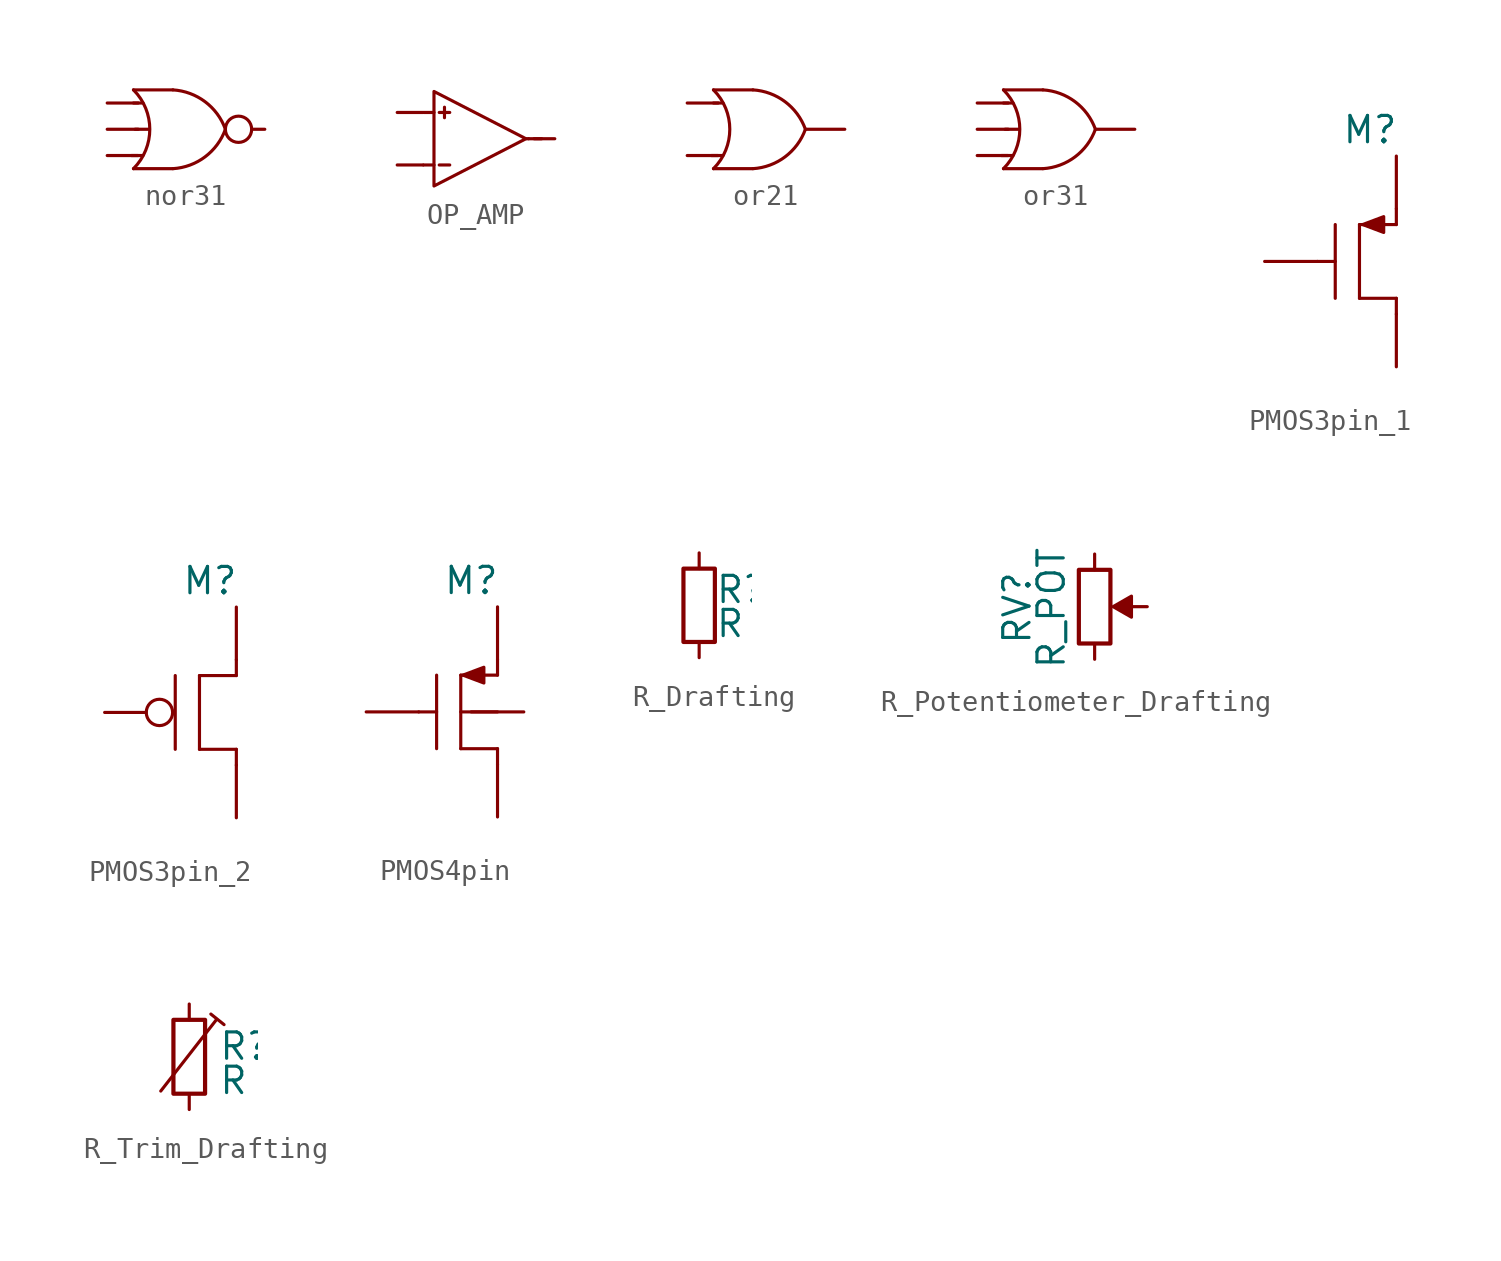
<source format=kicad_sym>
(kicad_symbol_lib
  (version 20220914)
  (generator kicad_symbol_editor)
  (symbol "nor31"
    (pin_numbers hide)
    (pin_names
      (offset 0) hide)
    (property "Reference" "U"
      (at 0 3.81 0)
      (effects (font (size 1.27 1.27)) hide))
    (symbol "nor31_0_1"
      (arc (start -2.54 -1.905) (mid -1.7509 0) (end -2.54 1.905) (stroke (width 0) (type default)) (fill (type none)))
      (arc (start -0.635 -1.905) (mid 0.9209 -1.3337) (end 1.905 0) (stroke (width 0) (type default)) (fill (type none)))
      (polyline (pts (xy -2.54 -1.905) (xy -0.635 -1.905)) (stroke (width 0) (type default)) (fill (type none)))
      (polyline (pts (xy -2.54 1.905) (xy -0.635 1.905)) (stroke (width 0) (type default)) (fill (type none)))
      (polyline (pts (xy -2.083 -1.27) (xy -2.642 -1.27)) (stroke (width 0) (type default)) (fill (type none)))
      (polyline (pts (xy -2.083 1.27) (xy -2.54 1.27)) (stroke (width 0) (type default)) (fill (type none)))
      (polyline (pts (xy -1.778 0) (xy -2.464 0)) (stroke (width 0) (type default)) (fill (type none)))
      (arc (start 1.905 0) (mid 0.9207 1.3335) (end -0.635 1.905) (stroke (width 0) (type default)) (fill (type none)))
      (circle (center 2.54 0) (radius 0.635) (stroke (width 0) (type default)) (fill (type none))))
    (symbol "nor31_1_1"
      (pin passive line (at -3.81 1.27 0) (length 1.5) (name "A" (effects (font (size 1.27 1.27)))) (number "1" (effects (font (size 1.27 1.27)))))
      (pin passive line (at -3.81 -1.27 0) (length 1.5) (name "B" (effects (font (size 1.27 1.27)))) (number "1" (effects (font (size 1.27 1.27)))))
      (pin passive line (at -3.81 0 0) (length 1.5) (name "B" (effects (font (size 1.27 1.27)))) (number "1" (effects (font (size 1.27 1.27)))))
      (pin passive line (at 3.81 0 180) (length 0.63) (name "Y" (effects (font (size 1.27 1.27)))) (number "1" (effects (font (size 1.27 1.27)))))))
  (symbol "OP_AMP"
    (pin_numbers hide)
    (pin_names
      (offset 0) hide)
    (property "Reference" "U"
      (at 0 3.81 0)
      (effects (font (size 1.27 1.27)) hide))
    (symbol "OP_AMP_0_1"
      (polyline (pts (xy -2.54 1.27) (xy -2.032 1.27)) (stroke (width 0) (type default)) (fill (type none)))
      (polyline (pts (xy -2.032 -1.27) (xy -2.54 -1.27)) (stroke (width 0) (type default)) (fill (type none)))
      (polyline (pts (xy -1.778 -1.27) (xy -1.27 -1.27)) (stroke (width 0) (type default)) (fill (type none)))
      (polyline (pts (xy -1.778 1.27) (xy -1.27 1.27)) (stroke (width 0) (type default)) (fill (type none)))
      (polyline (pts (xy -1.524 1.524) (xy -1.524 1.016)) (stroke (width 0) (type default)) (fill (type none)))
      (polyline (pts (xy 2.413 0) (xy 3.175 0)) (stroke (width 0) (type default)) (fill (type none)))
      (polyline (pts (xy 2.54 0) (xy 2.54 0)) (stroke (width 0) (type default)) (fill (type none)))
      (polyline (pts (xy 2.413 0) (xy -2.032 2.286) (xy -2.032 -2.286) (xy 2.413 0)) (stroke (width 0) (type default)) (fill (type none))))
    (symbol "OP_AMP_1_1"
      (pin passive line (at -3.81 -1.27 0) (length 1.25) (name "in_n" (effects (font (size 1.27 1.27)))) (number "1" (effects (font (size 1.27 1.27)))))
      (pin passive line (at -3.81 1.27 0) (length 1.25) (name "in_p" (effects (font (size 1.27 1.27)))) (number "1" (effects (font (size 1.27 1.27)))))
      (pin passive line (at 3.81 0 180) (length 1) (name "out" (effects (font (size 1.27 1.27)))) (number "1" (effects (font (size 1.27 1.27)))))))
  (symbol "or21"
    (pin_numbers hide)
    (pin_names
      (offset 0) hide)
    (property "Reference" "U"
      (at 0 3.81 0)
      (effects (font (size 1.27 1.27)) hide))
    (symbol "or21_0_1"
      (arc (start -2.54 -1.905) (mid -1.7509 0) (end -2.54 1.905) (stroke (width 0) (type default)) (fill (type none)))
      (arc (start -0.635 -1.905) (mid 0.9209 -1.3337) (end 1.905 0) (stroke (width 0) (type default)) (fill (type none)))
      (polyline (pts (xy -2.54 -1.905) (xy -0.635 -1.905)) (stroke (width 0) (type default)) (fill (type none)))
      (polyline (pts (xy -2.54 1.905) (xy -0.635 1.905)) (stroke (width 0) (type default)) (fill (type none)))
      (polyline (pts (xy -2.083 -1.27) (xy -2.642 -1.27)) (stroke (width 0) (type default)) (fill (type none)))
      (polyline (pts (xy -2.083 1.27) (xy -2.54 1.27)) (stroke (width 0) (type default)) (fill (type none)))
      (arc (start 1.905 0) (mid 0.9207 1.3335) (end -0.635 1.905) (stroke (width 0) (type default)) (fill (type none))))
    (symbol "or21_1_1"
      (pin passive line (at -3.81 1.27 0) (length 1.5) (name "A" (effects (font (size 1.27 1.27)))) (number "1" (effects (font (size 1.27 1.27)))))
      (pin passive line (at -3.81 -1.27 0) (length 1.5) (name "B" (effects (font (size 1.27 1.27)))) (number "1" (effects (font (size 1.27 1.27)))))
      (pin passive line (at 3.81 0 180) (length 1.9) (name "Y" (effects (font (size 1.27 1.27)))) (number "1" (effects (font (size 1.27 1.27)))))))
  (symbol "or31"
    (pin_numbers hide)
    (pin_names
      (offset 0) hide)
    (property "Reference" "U"
      (at 0 3.81 0)
      (effects (font (size 1.27 1.27)) hide))
    (symbol "or31_0_1"
      (arc (start -2.54 -1.905) (mid -1.7509 0) (end -2.54 1.905) (stroke (width 0) (type default)) (fill (type none)))
      (arc (start -0.635 -1.905) (mid 0.9209 -1.3337) (end 1.905 0) (stroke (width 0) (type default)) (fill (type none)))
      (polyline (pts (xy -2.54 -1.905) (xy -0.635 -1.905)) (stroke (width 0) (type default)) (fill (type none)))
      (polyline (pts (xy -2.54 1.905) (xy -0.635 1.905)) (stroke (width 0) (type default)) (fill (type none)))
      (polyline (pts (xy -2.083 -1.27) (xy -2.642 -1.27)) (stroke (width 0) (type default)) (fill (type none)))
      (polyline (pts (xy -2.083 1.27) (xy -2.54 1.27)) (stroke (width 0) (type default)) (fill (type none)))
      (polyline (pts (xy -1.778 0) (xy -2.464 0)) (stroke (width 0) (type default)) (fill (type none)))
      (arc (start 1.905 0) (mid 0.9207 1.3335) (end -0.635 1.905) (stroke (width 0) (type default)) (fill (type none))))
    (symbol "or31_1_1"
      (pin passive line (at -3.81 1.27 0) (length 1.5) (name "A" (effects (font (size 1.27 1.27)))) (number "1" (effects (font (size 1.27 1.27)))))
      (pin passive line (at -3.81 0 0) (length 1.5) (name "B" (effects (font (size 1.27 1.27)))) (number "1" (effects (font (size 1.27 1.27)))))
      (pin passive line (at -3.81 -1.27 0) (length 1.5) (name "C" (effects (font (size 1.27 1.27)))) (number "1" (effects (font (size 1.27 1.27)))))
      (pin passive line (at 3.81 0 180) (length 1.9) (name "Y" (effects (font (size 1.27 1.27)))) (number "1" (effects (font (size 1.27 1.27)))))))
  (symbol "PMOS3pin_1"
    (pin_numbers hide)
    (pin_names
      (offset 0) hide)
    (property "Reference" "M"
      (at -1.27 6.35 0)
      (effects (font (size 1.27 1.27))))
    (property "W" ""
      (at 0 0 0)
      (effects (font (size 1.27 1.27))))
    (property "L" ""
      (at 0 0 0)
      (effects (font (size 1.27 1.27))))
    (symbol "PMOS3pin_1_0_1"
      (polyline (pts (xy -3.81 0) (xy -2.946 0)) (stroke (width 0) (type default)) (fill (type none)))
      (polyline (pts (xy -2.946 1.778) (xy -2.946 -1.778)) (stroke (width 0) (type default)) (fill (type none)))
      (polyline (pts (xy -1.778 1.778) (xy -1.778 -1.778)) (stroke (width 0) (type default)) (fill (type none)))
      (polyline (pts (xy 0 -1.778) (xy -1.778 -1.778)) (stroke (width 0) (type default)) (fill (type none)))
      (polyline (pts (xy 0 -1.778) (xy 0 -2.54)) (stroke (width 0) (type default)) (fill (type none)))
      (polyline (pts (xy 0 1.778) (xy -1.778 1.778)) (stroke (width 0) (type default)) (fill (type none)))
      (polyline (pts (xy 0 1.778) (xy 0 2.54)) (stroke (width 0) (type default)) (fill (type none)))
      (polyline (pts (xy -1.626 1.778) (xy -0.61 2.159) (xy -0.61 1.397) (xy -1.626 1.778)) (stroke (width 0) (type default)) (fill (type outline))))
    (symbol "PMOS3pin_1_1_1"
      (pin passive line (at 0 -5.08 90) (length 2.54) (name "D" (effects (font (size 1.27 1.27)))) (number "1" (effects (font (size 1.27 1.27)))))
      (pin passive line (at -6.35 0 0) (length 2.54) (name "G" (effects (font (size 1.27 1.27)))) (number "1" (effects (font (size 1.27 1.27)))))
      (pin passive line (at 0 5.08 270) (length 2.54) (name "S" (effects (font (size 1.27 1.27)))) (number "1" (effects (font (size 1.27 1.27)))))))
  (symbol "PMOS3pin_2"
    (pin_numbers hide)
    (pin_names
      (offset 0) hide)
    (property "Reference" "M"
      (at -1.27 6.35 0)
      (effects (font (size 1.27 1.27))))
    (property "W" ""
      (at 0 0 0)
      (effects (font (size 1.27 1.27))))
    (property "L" ""
      (at 0 0 0)
      (effects (font (size 1.27 1.27))))
    (symbol "PMOS3pin_2_0_1"
      (circle (center -3.708 0) (radius 0.635) (stroke (width 0) (type default)) (fill (type none)))
      (polyline (pts (xy -2.946 1.778) (xy -2.946 -1.778)) (stroke (width 0) (type default)) (fill (type none)))
      (polyline (pts (xy -1.778 1.778) (xy -1.778 -1.778)) (stroke (width 0) (type default)) (fill (type none)))
      (polyline (pts (xy 0 -1.778) (xy -1.778 -1.778)) (stroke (width 0) (type default)) (fill (type none)))
      (polyline (pts (xy 0 -1.778) (xy 0 -2.54)) (stroke (width 0) (type default)) (fill (type none)))
      (polyline (pts (xy 0 1.778) (xy -1.778 1.778)) (stroke (width 0) (type default)) (fill (type none)))
      (polyline (pts (xy 0 1.778) (xy 0 2.54)) (stroke (width 0) (type default)) (fill (type none))))
    (symbol "PMOS3pin_2_1_1"
      (pin passive line (at 0 -5.08 90) (length 2.54) (name "D" (effects (font (size 1.27 1.27)))) (number "1" (effects (font (size 1.27 1.27)))))
      (pin passive line (at -6.35 0 0) (length 2) (name "G" (effects (font (size 1.27 1.27)))) (number "1" (effects (font (size 1.27 1.27)))))
      (pin passive line (at 0 5.08 270) (length 2.54) (name "S" (effects (font (size 1.27 1.27)))) (number "1" (effects (font (size 1.27 1.27)))))))
  (symbol "PMOS4pin"
    (pin_numbers hide)
    (pin_names
      (offset 0) hide)
    (property "Reference" "M"
      (at -1.27 6.35 0)
      (effects (font (size 1.27 1.27))))
    (property "W" ""
      (at 0 0 0)
      (effects (font (size 1.27 1.27))))
    (property "L" ""
      (at 0 0 0)
      (effects (font (size 1.27 1.27))))
    (symbol "PMOS4pin_0_1"
      (polyline (pts (xy -3.81 0) (xy -2.946 0)) (stroke (width 0) (type default)) (fill (type none)))
      (polyline (pts (xy -2.946 1.778) (xy -2.946 -1.778)) (stroke (width 0) (type default)) (fill (type none)))
      (polyline (pts (xy -1.778 1.778) (xy -1.778 -1.778)) (stroke (width 0) (type default)) (fill (type none)))
      (polyline (pts (xy 0 -1.778) (xy -1.778 -1.778)) (stroke (width 0) (type default)) (fill (type none)))
      (polyline (pts (xy 0 -1.778) (xy 0 -2.54)) (stroke (width 0) (type default)) (fill (type none)))
      (polyline (pts (xy 0 0) (xy -1.778 0)) (stroke (width 0) (type default)) (fill (type none)))
      (polyline (pts (xy 0 1.778) (xy -1.778 1.778)) (stroke (width 0) (type default)) (fill (type none)))
      (polyline (pts (xy 0 1.778) (xy 0 2.54)) (stroke (width 0) (type default)) (fill (type none)))
      (polyline (pts (xy -1.676 1.778) (xy -0.66 2.159) (xy -0.66 1.397) (xy -1.676 1.778)) (stroke (width 0) (type default)) (fill (type outline))))
    (symbol "PMOS4pin_1_1"
      (pin passive line (at 1.27 0 180) (length 2.54) (name "B" (effects (font (size 1.27 1.27)))) (number "1" (effects (font (size 1.27 1.27)))))
      (pin passive line (at 0 -5.08 90) (length 2.54) (name "D" (effects (font (size 1.27 1.27)))) (number "1" (effects (font (size 1.27 1.27)))))
      (pin passive line (at -6.35 0 0) (length 2.54) (name "G" (effects (font (size 1.27 1.27)))) (number "1" (effects (font (size 1.27 1.27)))))
      (pin passive line (at 0 5.08 270) (length 2.54) (name "S" (effects (font (size 1.27 1.27)))) (number "1" (effects (font (size 1.27 1.27)))))))
  (symbol "R_Drafting"
    (pin_numbers hide)
    (pin_names
      (offset 0.254) hide)
    (property "Reference" "R"
      (at 0.762 0.762 0)
      (effects (font (size 1.27 1.27)) (justify left)))
    (property "Value" "R"
      (at 0.762 -0.889 0)
      (effects (font (size 1.27 1.27)) (justify left)))
    (symbol "R_Drafting_0_1"
      (rectangle (start -0.762 1.778) (end 0.762 -1.778) (stroke (width 0.203) (type default)) (fill (type none))))
    (symbol "R_Drafting_1_1"
      (pin passive line (at 0 2.54 270) (length 0.762) (name "~" (effects (font (size 1.27 1.27)))) (number "1" (effects (font (size 1.27 1.27)))))
      (pin passive line (at 0 -2.54 90) (length 0.762) (name "~" (effects (font (size 1.27 1.27)))) (number "2" (effects (font (size 1.27 1.27)))))))
  (symbol "R_Potentiometer_Drafting"
    (pin_numbers hide)
    (pin_names
      (offset 0.254) hide)
    (property "Reference" "RV"
      (at -3.747 -0.064 90)
      (effects (font (size 1.27 1.27))))
    (property "Value" "R_POT"
      (at -2.095 -0.064 90)
      (effects (font (size 1.27 1.27))))
    (symbol "R_Potentiometer_Drafting_0_1"
      (rectangle (start -0.762 1.778) (end 0.762 -1.778) (stroke (width 0.203) (type default)) (fill (type none))))
    (symbol "R_Potentiometer_Drafting_1_1"
      (polyline (pts (xy 0.889 0) (xy 1.778 0.508) (xy 1.778 -0.508) (xy 0.889 0)) (stroke (width 0) (type default)) (fill (type outline)))
      (pin passive line (at 0 2.54 270) (length 0.762) (name "~" (effects (font (size 1.27 1.27)))) (number "1" (effects (font (size 1.27 1.27)))))
      (pin passive line (at 2.54 0 180) (length 1.27) (name "~" (effects (font (size 1.27 1.27)))) (number "2" (effects (font (size 1.27 1.27)))))
      (pin passive line (at 0 -2.54 90) (length 0.762) (name "~" (effects (font (size 1.27 1.27)))) (number "3" (effects (font (size 1.27 1.27)))))))
  (symbol "R_Trim_Drafting"
    (pin_numbers hide)
    (pin_names
      (offset 0.254) hide)
    (property "Reference" "R"
      (at 1.397 0.508 0)
      (effects (font (size 1.27 1.27)) (justify left)))
    (property "Value" "R"
      (at 1.397 -1.143 0)
      (effects (font (size 1.27 1.27)) (justify left)))
    (symbol "R_Trim_Drafting_0_1"
      (rectangle (start -0.762 1.778) (end 0.762 -1.778) (stroke (width 0.203) (type default)) (fill (type none)))
      (polyline (pts (xy -1.372 -1.651) (xy 1.321 1.803)) (stroke (width 0) (type default)) (fill (type none)))
      (polyline (pts (xy 1.041 2.057) (xy 1.676 1.549)) (stroke (width 0) (type default)) (fill (type none))))
    (symbol "R_Trim_Drafting_1_1"
      (pin passive line (at 0 2.54 270) (length 0.762) (name "~" (effects (font (size 1.27 1.27)))) (number "1" (effects (font (size 1.27 1.27)))))
      (pin passive line (at 0 -2.54 90) (length 0.762) (name "~" (effects (font (size 1.27 1.27)))) (number "2" (effects (font (size 1.27 1.27))))))))
</source>
